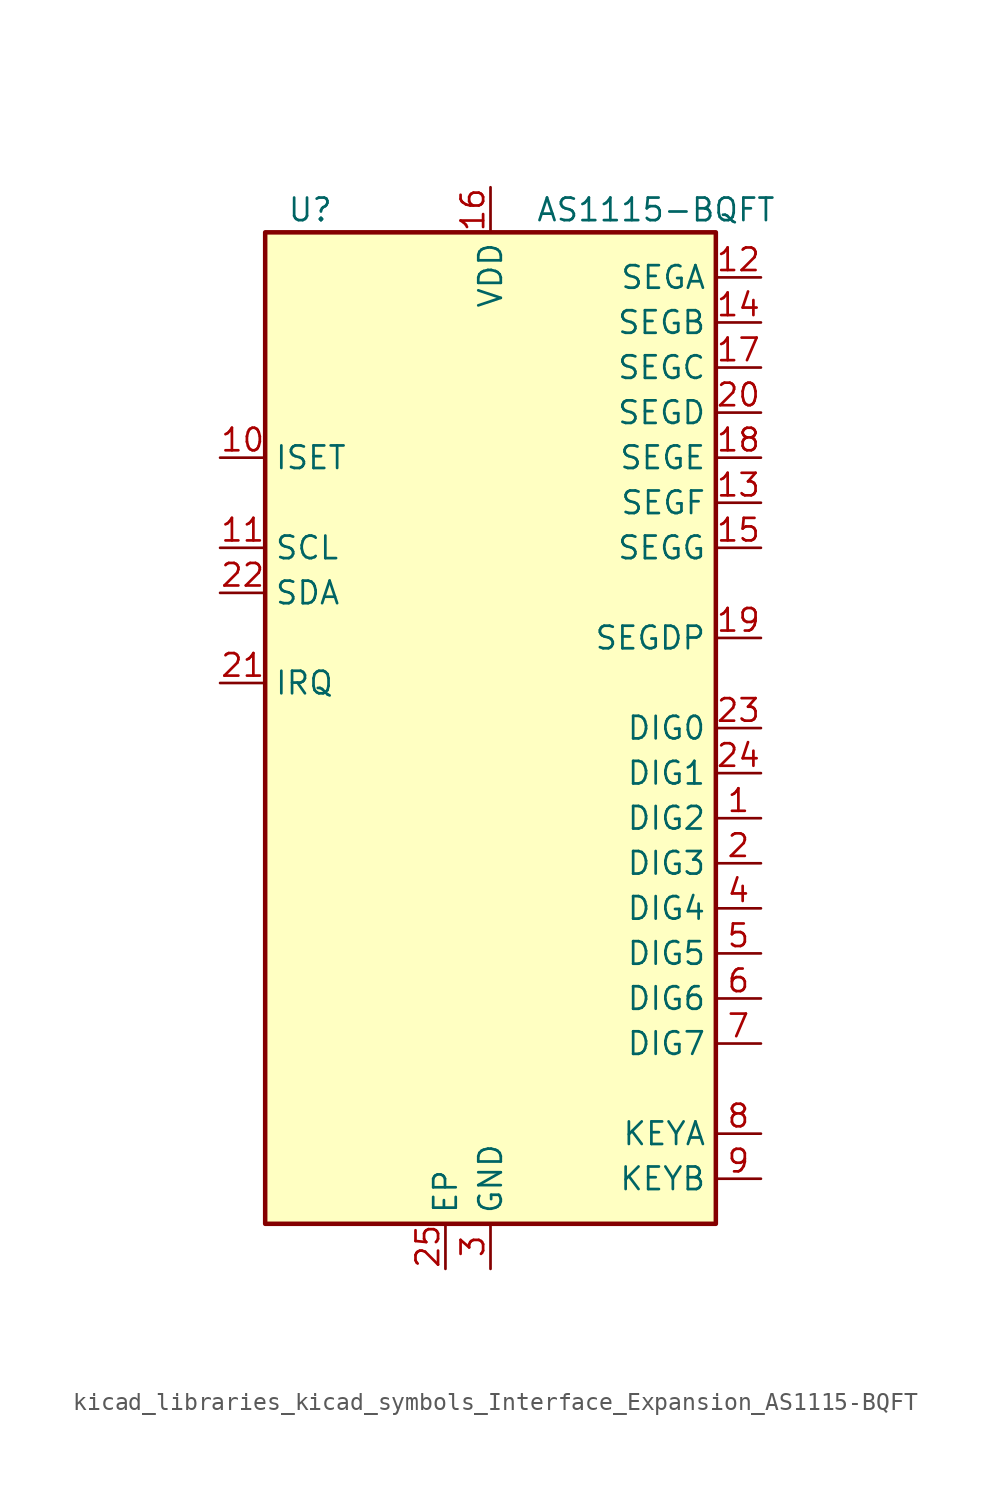
<source format=kicad_sym>
(kicad_symbol_lib
  (version 20220914)
  (generator kicad_symbol_editor)
  (symbol "kicad_libraries_kicad_symbols_Interface_Expansion_AS1115-BQFT"
    (property "Reference" "U"
      (at -10.16 29.21 0)
      (effects (font (size 1.27 1.27))))
    (property "Value" "AS1115-BQFT"
      (at 2.54 29.21 0)
      (effects (font (size 1.27 1.27)) (justify left)))
    (symbol "kicad_libraries_kicad_symbols_Interface_Expansion_AS1115-BQFT_0_1"
      (rectangle (start -12.7 27.94) (end 12.7 -27.94) (stroke (width 0.254) (type default)) (fill (type background))))
    (symbol "kicad_libraries_kicad_symbols_Interface_Expansion_AS1115-BQFT_1_1"
      (pin open_collector line (at 15.24 -5.08 180) (length 2.54) (name "DIG2" (effects (font (size 1.27 1.27)))) (number "1" (effects (font (size 1.27 1.27)))))
      (pin passive line (at -15.24 15.24 0) (length 2.54) (name "ISET" (effects (font (size 1.27 1.27)))) (number "10" (effects (font (size 1.27 1.27)))))
      (pin input line (at -15.24 10.16 0) (length 2.54) (name "SCL" (effects (font (size 1.27 1.27)))) (number "11" (effects (font (size 1.27 1.27)))))
      (pin output line (at 15.24 25.4 180) (length 2.54) (name "SEGA" (effects (font (size 1.27 1.27)))) (number "12" (effects (font (size 1.27 1.27)))))
      (pin output line (at 15.24 12.7 180) (length 2.54) (name "SEGF" (effects (font (size 1.27 1.27)))) (number "13" (effects (font (size 1.27 1.27)))))
      (pin output line (at 15.24 22.86 180) (length 2.54) (name "SEGB" (effects (font (size 1.27 1.27)))) (number "14" (effects (font (size 1.27 1.27)))))
      (pin output line (at 15.24 10.16 180) (length 2.54) (name "SEGG" (effects (font (size 1.27 1.27)))) (number "15" (effects (font (size 1.27 1.27)))))
      (pin power_in line (at 0 30.48 270) (length 2.54) (name "VDD" (effects (font (size 1.27 1.27)))) (number "16" (effects (font (size 1.27 1.27)))))
      (pin output line (at 15.24 20.32 180) (length 2.54) (name "SEGC" (effects (font (size 1.27 1.27)))) (number "17" (effects (font (size 1.27 1.27)))))
      (pin output line (at 15.24 15.24 180) (length 2.54) (name "SEGE" (effects (font (size 1.27 1.27)))) (number "18" (effects (font (size 1.27 1.27)))))
      (pin output line (at 15.24 5.08 180) (length 2.54) (name "SEGDP" (effects (font (size 1.27 1.27)))) (number "19" (effects (font (size 1.27 1.27)))))
      (pin open_collector line (at 15.24 -7.62 180) (length 2.54) (name "DIG3" (effects (font (size 1.27 1.27)))) (number "2" (effects (font (size 1.27 1.27)))))
      (pin output line (at 15.24 17.78 180) (length 2.54) (name "SEGD" (effects (font (size 1.27 1.27)))) (number "20" (effects (font (size 1.27 1.27)))))
      (pin open_collector line (at -15.24 2.54 0) (length 2.54) (name "IRQ" (effects (font (size 1.27 1.27)))) (number "21" (effects (font (size 1.27 1.27)))))
      (pin bidirectional line (at -15.24 7.62 0) (length 2.54) (name "SDA" (effects (font (size 1.27 1.27)))) (number "22" (effects (font (size 1.27 1.27)))))
      (pin open_collector line (at 15.24 0 180) (length 2.54) (name "DIG0" (effects (font (size 1.27 1.27)))) (number "23" (effects (font (size 1.27 1.27)))))
      (pin open_collector line (at 15.24 -2.54 180) (length 2.54) (name "DIG1" (effects (font (size 1.27 1.27)))) (number "24" (effects (font (size 1.27 1.27)))))
      (pin passive line (at -2.54 -30.48 90) (length 2.54) (name "EP" (effects (font (size 1.27 1.27)))) (number "25" (effects (font (size 1.27 1.27)))))
      (pin power_in line (at 0 -30.48 90) (length 2.54) (name "GND" (effects (font (size 1.27 1.27)))) (number "3" (effects (font (size 1.27 1.27)))))
      (pin open_collector line (at 15.24 -10.16 180) (length 2.54) (name "DIG4" (effects (font (size 1.27 1.27)))) (number "4" (effects (font (size 1.27 1.27)))))
      (pin open_collector line (at 15.24 -12.7 180) (length 2.54) (name "DIG5" (effects (font (size 1.27 1.27)))) (number "5" (effects (font (size 1.27 1.27)))))
      (pin open_collector line (at 15.24 -15.24 180) (length 2.54) (name "DIG6" (effects (font (size 1.27 1.27)))) (number "6" (effects (font (size 1.27 1.27)))))
      (pin open_collector line (at 15.24 -17.78 180) (length 2.54) (name "DIG7" (effects (font (size 1.27 1.27)))) (number "7" (effects (font (size 1.27 1.27)))))
      (pin open_collector line (at 15.24 -22.86 180) (length 2.54) (name "KEYA" (effects (font (size 1.27 1.27)))) (number "8" (effects (font (size 1.27 1.27)))))
      (pin open_collector line (at 15.24 -25.4 180) (length 2.54) (name "KEYB" (effects (font (size 1.27 1.27)))) (number "9" (effects (font (size 1.27 1.27))))))))
</source>
